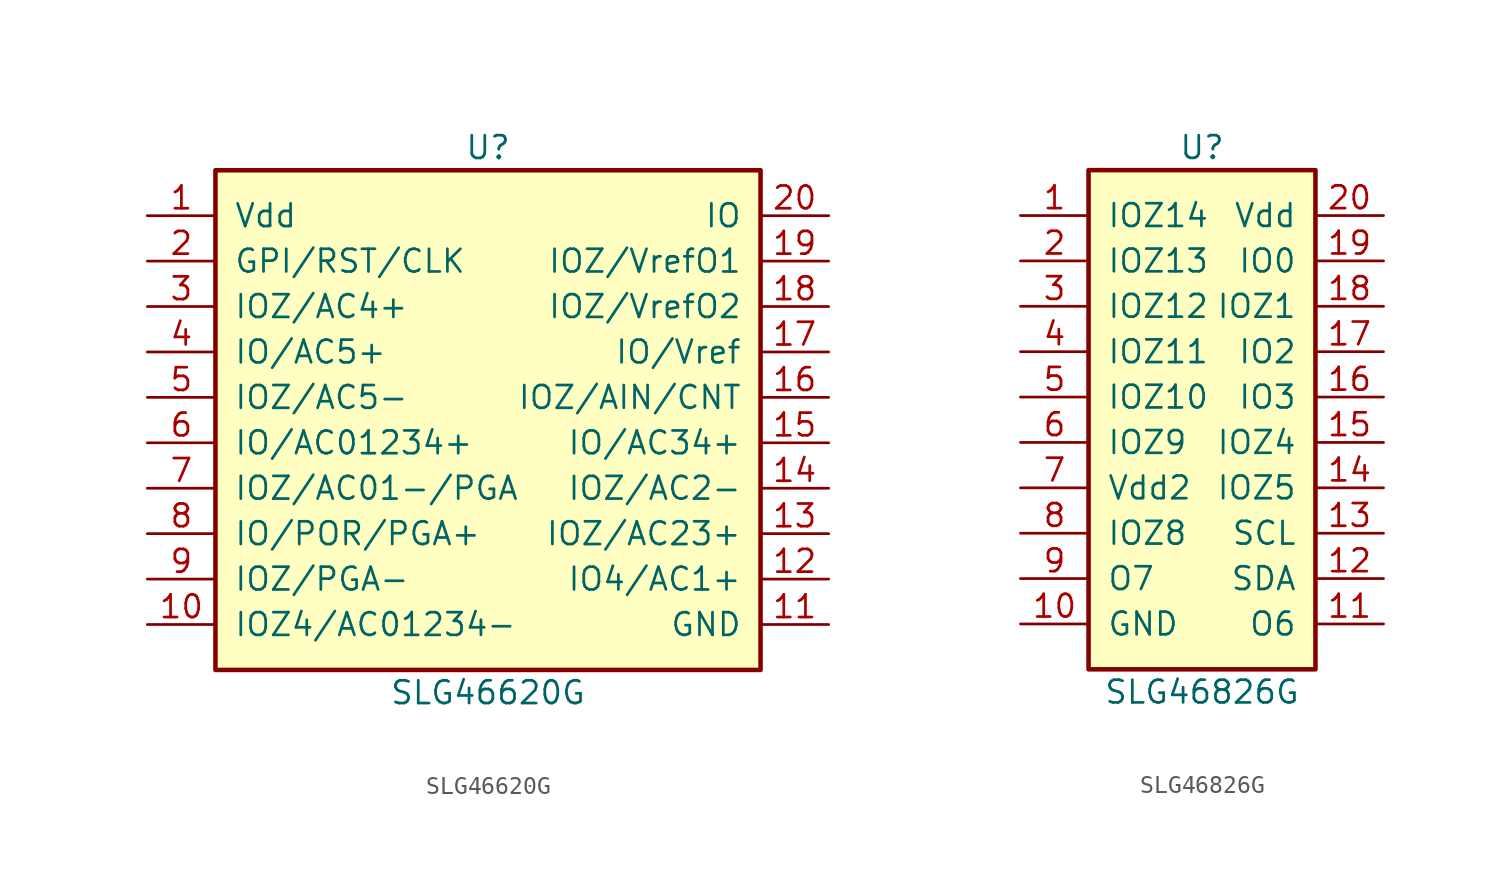
<source format=kicad_sym>
(kicad_symbol_lib
  (version 20220914)
  (generator kicad_symbol_editor)
  (symbol "SLG46620G"
    (pin_names
      (offset 1.016))
    (property "Reference" "U"
      (at 0 15.24 0)
      (effects (font (size 1.27 1.27))))
    (property "Value" "SLG46620G"
      (at 0 -15.24 0)
      (effects (font (size 1.27 1.27))))
    (symbol "SLG46620G_0_1"
      (rectangle (start -15.24 13.97) (end 15.24 -13.97) (stroke (width 0.254) (type default)) (fill (type background))))
    (symbol "SLG46620G_1_1"
      (pin power_in line (at -19.05 11.43 0) (length 3.81) (name "Vdd" (effects (font (size 1.27 1.27)))) (number "1" (effects (font (size 1.27 1.27)))))
      (pin tri_state line (at -19.05 -11.43 0) (length 3.81) (name "IOZ4/AC01234-" (effects (font (size 1.27 1.27)))) (number "10" (effects (font (size 1.27 1.27)))))
      (pin power_in line (at 19.05 -11.43 180) (length 3.81) (name "GND" (effects (font (size 1.27 1.27)))) (number "11" (effects (font (size 1.27 1.27)))))
      (pin tri_state line (at 19.05 -8.89 180) (length 3.81) (name "IO4/AC1+" (effects (font (size 1.27 1.27)))) (number "12" (effects (font (size 1.27 1.27)))))
      (pin open_collector line (at 19.05 -6.35 180) (length 3.81) (name "IOZ/AC23+" (effects (font (size 1.27 1.27)))) (number "13" (effects (font (size 1.27 1.27)))))
      (pin input line (at 19.05 -3.81 180) (length 3.81) (name "IOZ/AC2-" (effects (font (size 1.27 1.27)))) (number "14" (effects (font (size 1.27 1.27)))))
      (pin bidirectional line (at 19.05 -1.27 180) (length 3.81) (name "IO/AC34+" (effects (font (size 1.27 1.27)))) (number "15" (effects (font (size 1.27 1.27)))))
      (pin bidirectional line (at 19.05 1.27 180) (length 3.81) (name "IOZ/AIN/CNT" (effects (font (size 1.27 1.27)))) (number "16" (effects (font (size 1.27 1.27)))))
      (pin bidirectional line (at 19.05 3.81 180) (length 3.81) (name "IO/Vref" (effects (font (size 1.27 1.27)))) (number "17" (effects (font (size 1.27 1.27)))))
      (pin bidirectional line (at 19.05 6.35 180) (length 3.81) (name "IOZ/VrefO2" (effects (font (size 1.27 1.27)))) (number "18" (effects (font (size 1.27 1.27)))))
      (pin bidirectional line (at 19.05 8.89 180) (length 3.81) (name "IOZ/VrefO1" (effects (font (size 1.27 1.27)))) (number "19" (effects (font (size 1.27 1.27)))))
      (pin input line (at -19.05 8.89 0) (length 3.81) (name "GPI/RST/CLK" (effects (font (size 1.27 1.27)))) (number "2" (effects (font (size 1.27 1.27)))))
      (pin bidirectional line (at 19.05 11.43 180) (length 3.81) (name "IO" (effects (font (size 1.27 1.27)))) (number "20" (effects (font (size 1.27 1.27)))))
      (pin bidirectional line (at -19.05 6.35 0) (length 3.81) (name "IOZ/AC4+" (effects (font (size 1.27 1.27)))) (number "3" (effects (font (size 1.27 1.27)))))
      (pin bidirectional line (at -19.05 3.81 0) (length 3.81) (name "IO/AC5+" (effects (font (size 1.27 1.27)))) (number "4" (effects (font (size 1.27 1.27)))))
      (pin bidirectional line (at -19.05 1.27 0) (length 3.81) (name "IOZ/AC5-" (effects (font (size 1.27 1.27)))) (number "5" (effects (font (size 1.27 1.27)))))
      (pin bidirectional line (at -19.05 -1.27 0) (length 3.81) (name "IO/AC01234+" (effects (font (size 1.27 1.27)))) (number "6" (effects (font (size 1.27 1.27)))))
      (pin bidirectional line (at -19.05 -3.81 0) (length 3.81) (name "IOZ/AC01-/PGA" (effects (font (size 1.27 1.27)))) (number "7" (effects (font (size 1.27 1.27)))))
      (pin power_in line (at -19.05 -6.35 0) (length 3.81) (name "IO/POR/PGA+" (effects (font (size 1.27 1.27)))) (number "8" (effects (font (size 1.27 1.27)))))
      (pin bidirectional line (at -19.05 -8.89 0) (length 3.81) (name "IOZ/PGA-" (effects (font (size 1.27 1.27)))) (number "9" (effects (font (size 1.27 1.27)))))))
  (symbol "SLG46826G"
    (pin_names
      (offset 1.016))
    (property "Reference" "U"
      (at 0 15.24 0)
      (effects (font (size 1.27 1.27))))
    (property "Value" "SLG46826G"
      (at 0 -15.24 0)
      (effects (font (size 1.27 1.27))))
    (symbol "SLG46826G_0_1"
      (rectangle (start -6.35 13.97) (end 6.35 -13.97) (stroke (width 0.254) (type default)) (fill (type background))))
    (symbol "SLG46826G_1_1"
      (pin bidirectional line (at -10.16 11.43 0) (length 3.81) (name "IOZ14" (effects (font (size 1.27 1.27)))) (number "1" (effects (font (size 1.27 1.27)))))
      (pin power_in line (at -10.16 -11.43 0) (length 3.81) (name "GND" (effects (font (size 1.27 1.27)))) (number "10" (effects (font (size 1.27 1.27)))))
      (pin tri_state line (at 10.16 -11.43 180) (length 3.81) (name "O6" (effects (font (size 1.27 1.27)))) (number "11" (effects (font (size 1.27 1.27)))))
      (pin open_collector line (at 10.16 -8.89 180) (length 3.81) (name "SDA" (effects (font (size 1.27 1.27)))) (number "12" (effects (font (size 1.27 1.27)))))
      (pin input line (at 10.16 -6.35 180) (length 3.81) (name "SCL" (effects (font (size 1.27 1.27)))) (number "13" (effects (font (size 1.27 1.27)))))
      (pin bidirectional line (at 10.16 -3.81 180) (length 3.81) (name "IOZ5" (effects (font (size 1.27 1.27)))) (number "14" (effects (font (size 1.27 1.27)))))
      (pin bidirectional line (at 10.16 -1.27 180) (length 3.81) (name "IOZ4" (effects (font (size 1.27 1.27)))) (number "15" (effects (font (size 1.27 1.27)))))
      (pin bidirectional line (at 10.16 1.27 180) (length 3.81) (name "IO3" (effects (font (size 1.27 1.27)))) (number "16" (effects (font (size 1.27 1.27)))))
      (pin bidirectional line (at 10.16 3.81 180) (length 3.81) (name "IO2" (effects (font (size 1.27 1.27)))) (number "17" (effects (font (size 1.27 1.27)))))
      (pin bidirectional line (at 10.16 6.35 180) (length 3.81) (name "IOZ1" (effects (font (size 1.27 1.27)))) (number "18" (effects (font (size 1.27 1.27)))))
      (pin bidirectional line (at 10.16 8.89 180) (length 3.81) (name "IO0" (effects (font (size 1.27 1.27)))) (number "19" (effects (font (size 1.27 1.27)))))
      (pin bidirectional line (at -10.16 8.89 0) (length 3.81) (name "IOZ13" (effects (font (size 1.27 1.27)))) (number "2" (effects (font (size 1.27 1.27)))))
      (pin power_in line (at 10.16 11.43 180) (length 3.81) (name "Vdd" (effects (font (size 1.27 1.27)))) (number "20" (effects (font (size 1.27 1.27)))))
      (pin bidirectional line (at -10.16 6.35 0) (length 3.81) (name "IOZ12" (effects (font (size 1.27 1.27)))) (number "3" (effects (font (size 1.27 1.27)))))
      (pin bidirectional line (at -10.16 3.81 0) (length 3.81) (name "IOZ11" (effects (font (size 1.27 1.27)))) (number "4" (effects (font (size 1.27 1.27)))))
      (pin bidirectional line (at -10.16 1.27 0) (length 3.81) (name "IOZ10" (effects (font (size 1.27 1.27)))) (number "5" (effects (font (size 1.27 1.27)))))
      (pin bidirectional line (at -10.16 -1.27 0) (length 3.81) (name "IOZ9" (effects (font (size 1.27 1.27)))) (number "6" (effects (font (size 1.27 1.27)))))
      (pin power_in line (at -10.16 -3.81 0) (length 3.81) (name "Vdd2" (effects (font (size 1.27 1.27)))) (number "7" (effects (font (size 1.27 1.27)))))
      (pin bidirectional line (at -10.16 -6.35 0) (length 3.81) (name "IOZ8" (effects (font (size 1.27 1.27)))) (number "8" (effects (font (size 1.27 1.27)))))
      (pin tri_state line (at -10.16 -8.89 0) (length 3.81) (name "O7" (effects (font (size 1.27 1.27)))) (number "9" (effects (font (size 1.27 1.27))))))))
</source>
